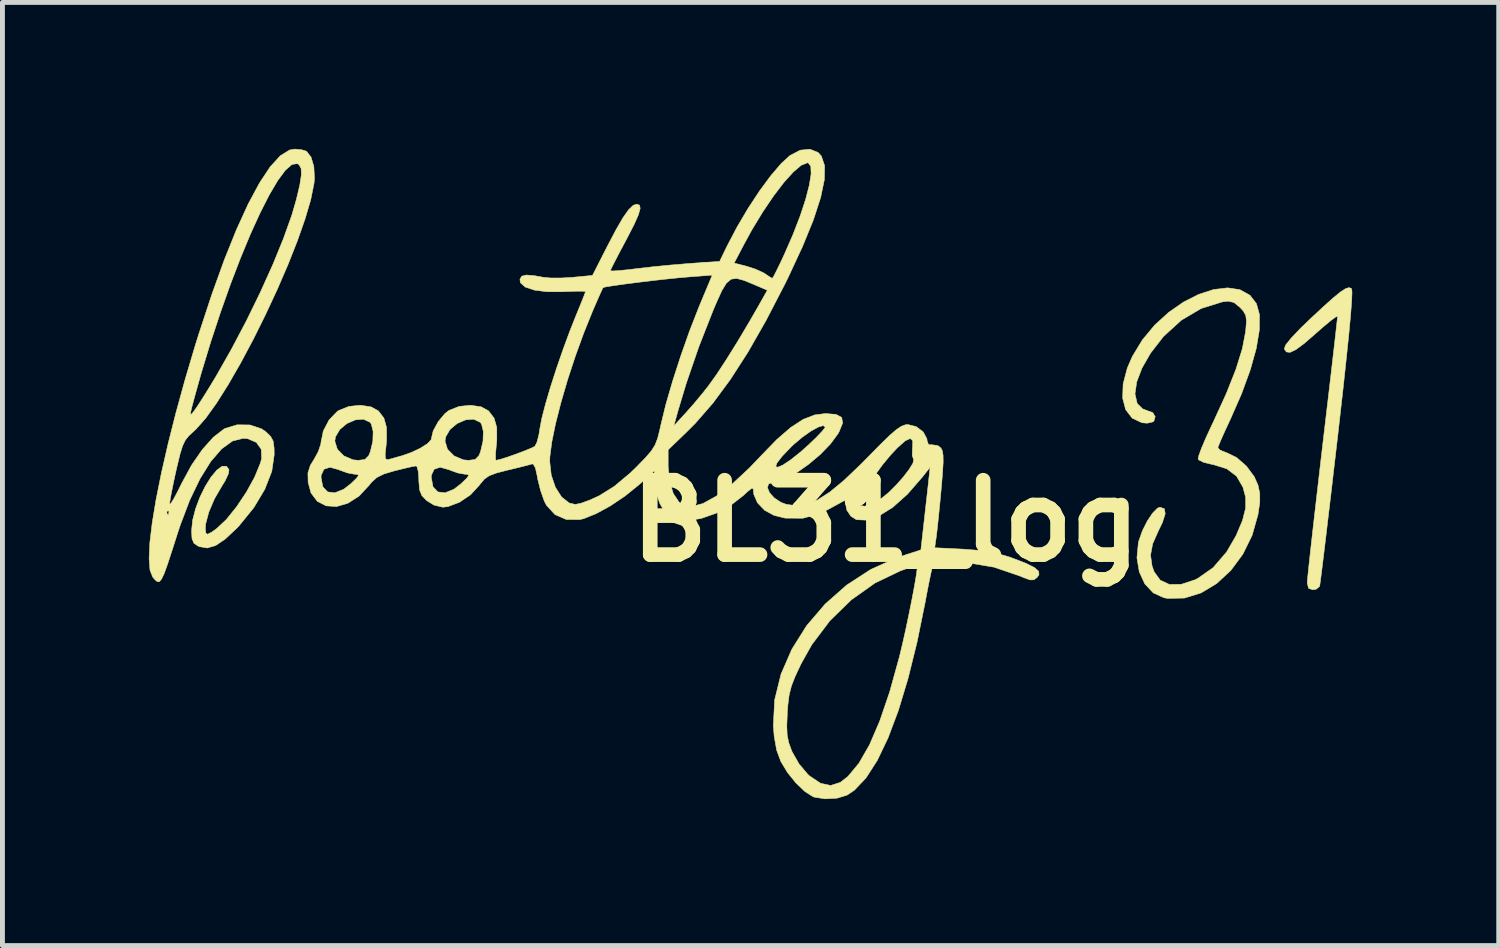
<source format=kicad_pcb>
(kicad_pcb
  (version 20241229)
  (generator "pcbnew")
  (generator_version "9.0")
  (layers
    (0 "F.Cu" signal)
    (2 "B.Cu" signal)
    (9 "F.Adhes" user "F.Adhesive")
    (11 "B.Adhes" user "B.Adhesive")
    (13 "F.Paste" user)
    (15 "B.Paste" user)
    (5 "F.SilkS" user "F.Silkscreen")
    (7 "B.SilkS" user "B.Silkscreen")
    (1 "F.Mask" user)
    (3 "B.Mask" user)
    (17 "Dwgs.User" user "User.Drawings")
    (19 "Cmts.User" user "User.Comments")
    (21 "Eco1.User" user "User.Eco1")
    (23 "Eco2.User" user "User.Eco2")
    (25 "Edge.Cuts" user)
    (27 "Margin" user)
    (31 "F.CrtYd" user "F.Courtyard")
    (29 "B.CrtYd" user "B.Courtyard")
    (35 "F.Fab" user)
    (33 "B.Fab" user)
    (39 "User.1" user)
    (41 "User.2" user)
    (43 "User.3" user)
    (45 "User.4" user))
  (footprint "BL31_log"
    (layer "F.Cu")
    (at 15.099 7.624)
    (property "Reference" "BL31_log" (at 0 0 0) (layer "F.SilkS") (effects (font (size 1.524 1.524) (thickness 0.3))))
    (attr through_hole)
    (fp_poly (pts (xy 9.537 -4.765) (xy 9.545 -4.758) (xy 9.553 -4.688) (xy 9.546 -4.508) (xy 9.524 -4.218) (xy 9.487 -3.818) (xy 9.434 -3.308) (xy 9.367 -2.686) (xy 9.284 -1.953) (xy 9.257 -1.716) (xy 9.19 -1.146) (xy 9.128 -0.609) (xy 9.069 -0.116) (xy 9.017 0.322) (xy 8.972 0.696) (xy 8.935 0.995) (xy 8.908 1.207) (xy 8.892 1.323) (xy 8.888 1.341) (xy 8.82 1.398) (xy 8.751 1.411) (xy 8.662 1.38) (xy 8.636 1.27) (xy 8.636 1.266) (xy 8.642 1.182) (xy 8.661 0.997) (xy 8.69 0.724) (xy 8.729 0.374) (xy 8.776 -0.041) (xy 8.83 -0.509) (xy 8.889 -1.019) (xy 8.946 -1.509) (xy 9.009 -2.042) (xy 9.068 -2.541) (xy 9.121 -2.995) (xy 9.167 -3.392) (xy 9.205 -3.722) (xy 9.233 -3.973) (xy 9.251 -4.133) (xy 9.257 -4.192) (xy 9.218 -4.179) (xy 9.114 -4.102) (xy 8.961 -3.975) (xy 8.812 -3.844) (xy 8.575 -3.638) (xy 8.402 -3.51) (xy 8.283 -3.454) (xy 8.207 -3.464) (xy 8.165 -3.525) (xy 8.192 -3.603) (xy 8.306 -3.746) (xy 8.502 -3.952) (xy 8.681 -4.124) (xy 8.957 -4.382) (xy 9.164 -4.568) (xy 9.315 -4.691) (xy 9.419 -4.759) (xy 9.49 -4.781) (xy 9.537 -4.765)) (stroke (width 0.01) (type solid)) (fill yes) (layer "F.SilkS"))
    (fp_poly (pts (xy 7.255 -4.739) (xy 7.461 -4.625) (xy 7.595 -4.453) (xy 7.657 -4.226) (xy 7.655 -3.917) (xy 7.592 -3.538) (xy 7.469 -3.097) (xy 7.29 -2.606) (xy 7.056 -2.074) (xy 7.049 -2.06) (xy 6.947 -1.84) (xy 6.865 -1.656) (xy 6.815 -1.534) (xy 6.805 -1.499) (xy 6.851 -1.451) (xy 6.968 -1.404) (xy 6.985 -1.399) (xy 7.189 -1.299) (xy 7.389 -1.124) (xy 7.55 -0.907) (xy 7.627 -0.733) (xy 7.663 -0.563) (xy 7.663 -0.379) (xy 7.627 -0.134) (xy 7.627 -0.132) (xy 7.506 0.295) (xy 7.316 0.681) (xy 7.07 1.014) (xy 6.78 1.282) (xy 6.459 1.475) (xy 6.12 1.58) (xy 5.777 1.587) (xy 5.701 1.574) (xy 5.481 1.474) (xy 5.308 1.29) (xy 5.194 1.043) (xy 5.146 0.756) (xy 5.175 0.45) (xy 5.185 0.409) (xy 5.257 0.203) (xy 5.357 0.004) (xy 5.466 -0.16) (xy 5.567 -0.262) (xy 5.619 -0.282) (xy 5.709 -0.249) (xy 5.725 -0.145) (xy 5.667 0.035) (xy 5.59 0.193) (xy 5.468 0.469) (xy 5.425 0.7) (xy 5.456 0.922) (xy 5.498 1.041) (xy 5.624 1.214) (xy 5.812 1.301) (xy 6.053 1.298) (xy 6.335 1.206) (xy 6.39 1.179) (xy 6.708 0.956) (xy 6.984 0.635) (xy 7.177 0.302) (xy 7.309 -0.01) (xy 7.373 -0.263) (xy 7.373 -0.486) (xy 7.317 -0.694) (xy 7.187 -0.917) (xy 6.989 -1.068) (xy 6.707 -1.156) (xy 6.665 -1.163) (xy 6.512 -1.201) (xy 6.414 -1.25) (xy 6.4 -1.267) (xy 6.414 -1.34) (xy 6.47 -1.493) (xy 6.561 -1.706) (xy 6.677 -1.958) (xy 6.714 -2.035) (xy 6.978 -2.612) (xy 7.175 -3.109) (xy 7.306 -3.531) (xy 7.374 -3.887) (xy 7.375 -3.904) (xy 7.39 -4.093) (xy 7.376 -4.212) (xy 7.324 -4.303) (xy 7.258 -4.375) (xy 7.135 -4.476) (xy 7.015 -4.503) (xy 6.897 -4.489) (xy 6.464 -4.354) (xy 6.058 -4.115) (xy 5.69 -3.78) (xy 5.426 -3.44) (xy 5.249 -3.132) (xy 5.141 -2.847) (xy 5.106 -2.603) (xy 5.149 -2.416) (xy 5.16 -2.398) (xy 5.263 -2.296) (xy 5.365 -2.258) (xy 5.47 -2.22) (xy 5.52 -2.137) (xy 5.495 -2.049) (xy 5.47 -2.029) (xy 5.357 -2.003) (xy 5.25 -2.012) (xy 5.048 -2.107) (xy 4.915 -2.281) (xy 4.853 -2.518) (xy 4.863 -2.806) (xy 4.948 -3.131) (xy 5.051 -3.369) (xy 5.257 -3.709) (xy 5.509 -4.012) (xy 5.795 -4.273) (xy 6.1 -4.485) (xy 6.412 -4.643) (xy 6.717 -4.742) (xy 7.003 -4.776) (xy 7.255 -4.739)) (stroke (width 0.01) (type solid)) (fill yes) (layer "F.SilkS"))
    (fp_poly (pts (xy -11.968 -7.606) (xy -11.871 -7.576) (xy -11.776 -7.456) (xy -11.718 -7.259) (xy -11.706 -7.017) (xy -11.715 -6.916) (xy -11.781 -6.587) (xy -11.898 -6.189) (xy -12.056 -5.739) (xy -12.249 -5.251) (xy -12.469 -4.742) (xy -12.709 -4.227) (xy -12.96 -3.721) (xy -13.216 -3.24) (xy -13.469 -2.8) (xy -13.711 -2.416) (xy -13.935 -2.104) (xy -14.133 -1.88) (xy -14.178 -1.839) (xy -14.279 -1.746) (xy -14.352 -1.655) (xy -14.408 -1.539) (xy -14.46 -1.372) (xy -14.519 -1.128) (xy -14.539 -1.042) (xy -14.595 -0.787) (xy -14.639 -0.567) (xy -14.667 -0.409) (xy -14.674 -0.345) (xy -14.652 -0.354) (xy -14.592 -0.448) (xy -14.505 -0.611) (xy -14.426 -0.771) (xy -14.226 -1.14) (xy -14.005 -1.461) (xy -13.778 -1.715) (xy -13.561 -1.883) (xy -13.538 -1.895) (xy -13.292 -1.97) (xy -13.028 -1.967) (xy -12.791 -1.888) (xy -12.704 -1.829) (xy -12.605 -1.734) (xy -12.552 -1.636) (xy -12.533 -1.494) (xy -12.531 -1.355) (xy -12.58 -1.017) (xy -12.723 -0.65) (xy -12.948 -0.273) (xy -13.248 0.096) (xy -13.294 0.145) (xy -13.533 0.37) (xy -13.731 0.504) (xy -13.904 0.554) (xy -14.065 0.526) (xy -14.087 0.516) (xy -14.175 0.458) (xy -14.215 0.362) (xy -14.224 0.201) (xy -14.202 -0.018) (xy -14.141 -0.253) (xy -14.052 -0.489) (xy -13.944 -0.709) (xy -13.826 -0.898) (xy -13.708 -1.04) (xy -13.6 -1.12) (xy -13.51 -1.122) (xy -13.457 -1.052) (xy -13.47 -0.965) (xy -13.535 -0.825) (xy -13.601 -0.718) (xy -13.754 -0.455) (xy -13.87 -0.184) (xy -13.934 0.056) (xy -13.942 0.148) (xy -13.934 0.247) (xy -13.896 0.273) (xy -13.807 0.226) (xy -13.711 0.157) (xy -13.512 -0.029) (xy -13.302 -0.289) (xy -13.101 -0.59) (xy -12.932 -0.897) (xy -12.816 -1.179) (xy -12.788 -1.28) (xy -12.796 -1.468) (xy -12.896 -1.609) (xy -13.072 -1.685) (xy -13.167 -1.693) (xy -13.385 -1.638) (xy -13.608 -1.477) (xy -13.831 -1.218) (xy -14.05 -0.866) (xy -14.26 -0.43) (xy -14.456 0.086) (xy -14.509 0.246) (xy -14.627 0.615) (xy -14.717 0.889) (xy -14.785 1.077) (xy -14.839 1.191) (xy -14.883 1.243) (xy -14.926 1.244) (xy -14.972 1.206) (xy -15.021 1.148) (xy -15.076 1.008) (xy -15.094 0.77) (xy -15.079 0.443) (xy -15.03 0.036) (xy -14.996 -0.169) (xy -14.732 -0.169) (xy -14.711 -0.123) (xy -14.694 -0.132) (xy -14.688 -0.199) (xy -14.694 -0.207) (xy -14.728 -0.199) (xy -14.732 -0.169) (xy -14.996 -0.169) (xy -14.951 -0.442) (xy -14.842 -0.983) (xy -14.706 -1.577) (xy -14.545 -2.214) (xy -14.246 -2.214) (xy -14.243 -2.178) (xy -14.21 -2.206) (xy -14.169 -2.258) (xy -14.096 -2.363) (xy -13.983 -2.539) (xy -13.845 -2.761) (xy -13.723 -2.963) (xy -13.409 -3.516) (xy -13.104 -4.094) (xy -12.819 -4.677) (xy -12.562 -5.246) (xy -12.344 -5.779) (xy -12.173 -6.256) (xy -12.078 -6.581) (xy -12.007 -6.879) (xy -11.975 -7.087) (xy -11.979 -7.221) (xy -12.02 -7.297) (xy -12.06 -7.321) (xy -12.168 -7.304) (xy -12.302 -7.186) (xy -12.457 -6.977) (xy -12.63 -6.684) (xy -12.817 -6.317) (xy -13.015 -5.884) (xy -13.219 -5.392) (xy -13.426 -4.853) (xy -13.632 -4.272) (xy -13.834 -3.66) (xy -14.027 -3.025) (xy -14.163 -2.54) (xy -14.219 -2.33) (xy -14.246 -2.214) (xy -14.545 -2.214) (xy -14.544 -2.217) (xy -14.358 -2.893) (xy -14.149 -3.596) (xy -14.073 -3.838) (xy -13.81 -4.638) (xy -13.553 -5.35) (xy -13.303 -5.971) (xy -13.062 -6.498) (xy -12.831 -6.927) (xy -12.613 -7.256) (xy -12.408 -7.481) (xy -12.218 -7.6) (xy -12.114 -7.619) (xy -11.968 -7.606)) (stroke (width 0.01) (type solid)) (fill yes) (layer "F.SilkS"))
    (fp_poly (pts (xy -1.388 -7.551) (xy -1.32 -7.477) (xy -1.253 -7.278) (xy -1.258 -6.994) (xy -1.335 -6.625) (xy -1.483 -6.169) (xy -1.704 -5.627) (xy -1.996 -4.999) (xy -2.062 -4.864) (xy -2.451 -4.112) (xy -2.823 -3.46) (xy -3.185 -2.898) (xy -3.542 -2.414) (xy -3.904 -1.999) (xy -4.087 -1.816) (xy -4.459 -1.458) (xy -4.459 -1.119) (xy -4.431 -0.815) (xy -4.354 -0.563) (xy -4.235 -0.385) (xy -4.163 -0.331) (xy -3.98 -0.296) (xy -3.747 -0.357) (xy -3.468 -0.511) (xy -3.149 -0.755) (xy -2.794 -1.086) (xy -2.766 -1.115) (xy -2.256 -1.115) (xy -2.213 -1.101) (xy -2.108 -1.146) (xy -1.949 -1.252) (xy -1.744 -1.415) (xy -1.584 -1.558) (xy -1.426 -1.709) (xy -1.307 -1.834) (xy -1.246 -1.911) (xy -1.242 -1.922) (xy -1.281 -1.954) (xy -1.385 -1.923) (xy -1.534 -1.841) (xy -1.707 -1.719) (xy -1.885 -1.569) (xy -1.931 -1.526) (xy -2.122 -1.327) (xy -2.228 -1.19) (xy -2.256 -1.115) (xy -2.766 -1.115) (xy -2.561 -1.33) (xy -2.233 -1.668) (xy -1.948 -1.915) (xy -1.693 -2.081) (xy -1.455 -2.173) (xy -1.235 -2.201) (xy -1.018 -2.183) (xy -0.903 -2.121) (xy -0.884 -2.006) (xy -0.956 -1.829) (xy -0.981 -1.784) (xy -1.133 -1.578) (xy -1.34 -1.364) (xy -1.581 -1.161) (xy -1.829 -0.986) (xy -2.062 -0.858) (xy -2.256 -0.794) (xy -2.3 -0.791) (xy -2.401 -0.76) (xy -2.424 -0.682) (xy -2.382 -0.579) (xy -2.285 -0.472) (xy -2.147 -0.381) (xy -2.041 -0.341) (xy -1.834 -0.311) (xy -1.624 -0.339) (xy -1.399 -0.43) (xy -1.147 -0.592) (xy -0.858 -0.83) (xy -0.521 -1.151) (xy -0.353 -1.321) (xy -0.105 -1.573) (xy 0.08 -1.753) (xy 0.217 -1.871) (xy 0.32 -1.94) (xy 0.403 -1.971) (xy 0.451 -1.976) (xy 0.623 -1.933) (xy 0.766 -1.826) (xy 0.842 -1.685) (xy 0.847 -1.642) (xy 0.877 -1.562) (xy 0.949 -1.561) (xy 1.066 -1.544) (xy 1.128 -1.497) (xy 1.158 -1.44) (xy 1.174 -1.348) (xy 1.176 -1.202) (xy 1.163 -0.981) (xy 1.137 -0.669) (xy 1.136 -0.66) (xy 1.108 -0.359) (xy 1.08 -0.076) (xy 1.055 0.156) (xy 1.037 0.309) (xy 1.036 0.317) (xy 1.003 0.549) (xy 1.588 0.578) (xy 1.948 0.606) (xy 2.244 0.655) (xy 2.523 0.735) (xy 2.596 0.761) (xy 2.871 0.867) (xy 3.047 0.955) (xy 3.133 1.031) (xy 3.139 1.103) (xy 3.099 1.159) (xy 3.035 1.206) (xy 2.958 1.208) (xy 2.83 1.163) (xy 2.759 1.132) (xy 2.218 0.947) (xy 1.653 0.852) (xy 1.42 0.841) (xy 1.215 0.843) (xy 1.058 0.852) (xy 0.98 0.865) (xy 0.977 0.866) (xy 0.957 0.929) (xy 0.922 1.082) (xy 0.876 1.304) (xy 0.824 1.573) (xy 0.811 1.647) (xy 0.641 2.482) (xy 0.456 3.229) (xy 0.258 3.884) (xy 0.047 4.445) (xy -0.174 4.906) (xy -0.404 5.264) (xy -0.642 5.516) (xy -0.796 5.619) (xy -0.998 5.68) (xy -1.241 5.694) (xy -1.462 5.66) (xy -1.496 5.647) (xy -1.659 5.542) (xy -1.842 5.367) (xy -2.014 5.154) (xy -2.146 4.936) (xy -2.149 4.931) (xy -2.236 4.696) (xy -2.287 4.409) (xy -2.303 4.202) (xy -2.028 4.202) (xy -2.02 4.389) (xy -1.988 4.545) (xy -1.928 4.709) (xy -1.918 4.731) (xy -1.777 4.979) (xy -1.595 5.194) (xy -1.562 5.224) (xy -1.336 5.375) (xy -1.131 5.42) (xy -0.932 5.357) (xy -0.775 5.235) (xy -0.55 4.964) (xy -0.333 4.586) (xy -0.124 4.1) (xy 0.079 3.505) (xy 0.275 2.799) (xy 0.282 2.773) (xy 0.344 2.514) (xy 0.409 2.223) (xy 0.473 1.919) (xy 0.533 1.622) (xy 0.584 1.352) (xy 0.622 1.13) (xy 0.644 0.974) (xy 0.646 0.905) (xy 0.644 0.903) (xy 0.585 0.921) (xy 0.452 0.968) (xy 0.298 1.023) (xy -0.221 1.272) (xy -0.707 1.617) (xy -1.144 2.043) (xy -1.515 2.534) (xy -1.734 2.924) (xy -1.856 3.183) (xy -1.934 3.383) (xy -1.98 3.566) (xy -2.006 3.771) (xy -2.018 3.942) (xy -2.028 4.202) (xy -2.303 4.202) (xy -2.304 4.195) (xy -2.277 3.666) (xy -2.147 3.14) (xy -1.925 2.629) (xy -1.621 2.145) (xy -1.243 1.703) (xy -0.803 1.315) (xy -0.309 0.994) (xy 0.227 0.753) (xy 0.317 0.723) (xy 0.719 0.593) (xy 0.786 0) (xy 0.817 -0.279) (xy 0.847 -0.544) (xy 0.871 -0.759) (xy 0.88 -0.847) (xy 0.908 -1.101) (xy 0.753 -0.903) (xy 0.445 -0.549) (xy 0.144 -0.28) (xy -0.142 -0.101) (xy -0.404 -0.017) (xy -0.602 -0.026) (xy -0.716 -0.098) (xy -0.799 -0.223) (xy -0.817 -0.318) (xy -0.525 -0.318) (xy -0.435 -0.302) (xy -0.284 -0.351) (xy -0.098 -0.458) (xy -0.078 -0.471) (xy 0.062 -0.585) (xy 0.214 -0.736) (xy 0.359 -0.9) (xy 0.479 -1.057) (xy 0.556 -1.182) (xy 0.572 -1.255) (xy 0.569 -1.259) (xy 0.542 -1.346) (xy 0.546 -1.487) (xy 0.548 -1.502) (xy 0.552 -1.644) (xy 0.503 -1.69) (xy 0.398 -1.642) (xy 0.237 -1.498) (xy 0.09 -1.341) (xy -0.073 -1.143) (xy -0.228 -0.928) (xy -0.364 -0.717) (xy -0.467 -0.531) (xy -0.525 -0.391) (xy -0.525 -0.318) (xy -0.817 -0.318) (xy -0.825 -0.355) (xy -0.807 -0.414) (xy -0.82 -0.43) (xy -0.902 -0.39) (xy -0.934 -0.37) (xy -1.324 -0.159) (xy -1.696 -0.056) (xy -2.06 -0.058) (xy -2.289 -0.114) (xy -2.482 -0.218) (xy -2.63 -0.374) (xy -2.705 -0.547) (xy -2.709 -0.593) (xy -2.716 -0.66) (xy -2.749 -0.667) (xy -2.828 -0.605) (xy -2.92 -0.52) (xy -3.18 -0.318) (xy -3.475 -0.159) (xy -3.779 -0.052) (xy -4.065 -0.004) (xy -4.31 -0.023) (xy -4.411 -0.061) (xy -4.524 -0.17) (xy -4.627 -0.354) (xy -4.705 -0.572) (xy -4.74 -0.787) (xy -4.74 -0.809) (xy -4.741 -1.025) (xy -5.066 -0.734) (xy -5.345 -0.509) (xy -5.644 -0.308) (xy -5.936 -0.149) (xy -6.19 -0.047) (xy -6.27 -0.028) (xy -6.543 -0.029) (xy -6.777 -0.13) (xy -6.953 -0.322) (xy -6.997 -0.407) (xy -7.073 -0.623) (xy -7.132 -0.861) (xy -7.142 -0.921) (xy -7.179 -1.087) (xy -7.225 -1.166) (xy -7.246 -1.168) (xy -7.328 -1.145) (xy -7.489 -1.104) (xy -7.697 -1.053) (xy -7.746 -1.042) (xy -7.975 -0.983) (xy -8.123 -0.928) (xy -8.224 -0.858) (xy -8.309 -0.757) (xy -8.326 -0.734) (xy -8.507 -0.537) (xy -8.735 -0.383) (xy -8.97 -0.294) (xy -9.078 -0.282) (xy -9.257 -0.325) (xy -9.408 -0.418) (xy -9.506 -0.521) (xy -9.553 -0.638) (xy -9.567 -0.815) (xy -9.567 -0.841) (xy -9.57 -0.892) (xy -9.313 -0.892) (xy -9.277 -0.701) (xy -9.177 -0.595) (xy -9.029 -0.577) (xy -8.848 -0.65) (xy -8.706 -0.76) (xy -8.586 -0.875) (xy -8.544 -0.934) (xy -8.571 -0.955) (xy -8.627 -0.958) (xy -8.768 -0.983) (xy -8.935 -1.043) (xy -8.952 -1.051) (xy -9.131 -1.1) (xy -9.254 -1.059) (xy -9.311 -0.934) (xy -9.313 -0.892) (xy -9.57 -0.892) (xy -9.577 -1.004) (xy -9.603 -1.107) (xy -9.624 -1.127) (xy -9.704 -1.114) (xy -9.859 -1.078) (xy -10.057 -1.029) (xy -10.059 -1.029) (xy -10.282 -0.963) (xy -10.429 -0.89) (xy -10.538 -0.791) (xy -10.583 -0.734) (xy -10.795 -0.507) (xy -11.025 -0.361) (xy -11.255 -0.295) (xy -11.468 -0.31) (xy -11.648 -0.403) (xy -11.777 -0.574) (xy -11.836 -0.792) (xy -11.838 -0.892) (xy -11.571 -0.892) (xy -11.535 -0.701) (xy -11.435 -0.595) (xy -11.287 -0.577) (xy -11.106 -0.65) (xy -10.964 -0.76) (xy -10.844 -0.875) (xy -10.802 -0.934) (xy -10.829 -0.955) (xy -10.885 -0.958) (xy -11.026 -0.983) (xy -11.193 -1.043) (xy -11.21 -1.051) (xy -11.388 -1.1) (xy -11.512 -1.059) (xy -11.569 -0.934) (xy -11.571 -0.892) (xy -11.838 -0.892) (xy -11.84 -0.984) (xy -11.79 -1.14) (xy -11.74 -1.221) (xy -6.886 -1.221) (xy -6.854 -0.939) (xy -6.769 -0.689) (xy -6.642 -0.491) (xy -6.487 -0.368) (xy -6.362 -0.339) (xy -6.244 -0.363) (xy -6.066 -0.428) (xy -5.872 -0.516) (xy -5.563 -0.709) (xy -5.233 -0.985) (xy -5.112 -1.102) (xy -4.928 -1.291) (xy -4.805 -1.433) (xy -4.727 -1.557) (xy -4.673 -1.697) (xy -4.627 -1.883) (xy -4.613 -1.947) (xy -4.343 -1.947) (xy -4.105 -2.206) (xy -3.935 -2.398) (xy -3.748 -2.623) (xy -3.632 -2.77) (xy -3.466 -3.002) (xy -3.262 -3.314) (xy -3.031 -3.685) (xy -2.787 -4.095) (xy -2.606 -4.41) (xy -2.427 -4.727) (xy -2.706 -4.847) (xy -2.906 -4.929) (xy -3.055 -4.969) (xy -3.168 -4.954) (xy -3.264 -4.874) (xy -3.359 -4.718) (xy -3.47 -4.474) (xy -3.542 -4.304) (xy -3.828 -3.575) (xy -4.088 -2.82) (xy -4.257 -2.258) (xy -4.343 -1.947) (xy -4.613 -1.947) (xy -4.607 -1.974) (xy -4.506 -2.388) (xy -4.366 -2.87) (xy -4.2 -3.383) (xy -4.02 -3.893) (xy -3.836 -4.365) (xy -3.812 -4.424) (xy -3.555 -5.037) (xy -4.049 -4.999) (xy -4.265 -4.98) (xy -4.526 -4.953) (xy -4.811 -4.921) (xy -5.096 -4.886) (xy -5.36 -4.852) (xy -5.579 -4.821) (xy -5.731 -4.797) (xy -5.793 -4.781) (xy -5.82 -4.726) (xy -5.88 -4.592) (xy -5.963 -4.402) (xy -6.006 -4.302) (xy -6.189 -3.849) (xy -6.362 -3.372) (xy -6.52 -2.891) (xy -6.656 -2.425) (xy -6.766 -1.994) (xy -6.843 -1.619) (xy -6.882 -1.319) (xy -6.886 -1.221) (xy -11.74 -1.221) (xy -11.717 -1.258) (xy -11.627 -1.422) (xy -11.576 -1.575) (xy -11.571 -1.617) (xy -11.567 -1.636) (xy -11.289 -1.636) (xy -11.237 -1.469) (xy -11.103 -1.333) (xy -10.915 -1.253) (xy -10.807 -1.242) (xy -10.671 -1.26) (xy -10.595 -1.337) (xy -10.561 -1.42) (xy -10.51 -1.634) (xy -10.504 -1.835) (xy -10.541 -1.985) (xy -10.566 -2.021) (xy -10.701 -2.085) (xy -10.869 -2.071) (xy -11.041 -1.996) (xy -11.186 -1.875) (xy -11.275 -1.724) (xy -11.289 -1.636) (xy -11.567 -1.636) (xy -11.525 -1.844) (xy -11.406 -2.07) (xy -11.241 -2.242) (xy -11.209 -2.264) (xy -10.999 -2.347) (xy -10.765 -2.371) (xy -10.547 -2.338) (xy -10.397 -2.256) (xy -10.283 -2.108) (xy -10.229 -1.915) (xy -10.228 -1.654) (xy -10.238 -1.544) (xy -10.257 -1.368) (xy -10.253 -1.28) (xy -10.218 -1.255) (xy -10.147 -1.27) (xy -9.991 -1.315) (xy -9.906 -1.338) (xy -9.717 -1.405) (xy -9.535 -1.492) (xy -9.393 -1.582) (xy -9.341 -1.636) (xy -9.031 -1.636) (xy -8.98 -1.469) (xy -8.845 -1.333) (xy -8.657 -1.253) (xy -8.549 -1.242) (xy -8.413 -1.26) (xy -8.337 -1.337) (xy -8.303 -1.42) (xy -8.253 -1.634) (xy -8.246 -1.835) (xy -8.283 -1.985) (xy -8.309 -2.021) (xy -8.443 -2.085) (xy -8.611 -2.071) (xy -8.783 -1.996) (xy -8.928 -1.875) (xy -9.017 -1.724) (xy -9.031 -1.636) (xy -9.341 -1.636) (xy -9.318 -1.659) (xy -9.313 -1.677) (xy -9.273 -1.846) (xy -9.17 -2.035) (xy -9.034 -2.199) (xy -8.951 -2.264) (xy -8.742 -2.347) (xy -8.507 -2.371) (xy -8.289 -2.338) (xy -8.139 -2.256) (xy -8.025 -2.106) (xy -7.97 -1.912) (xy -7.97 -1.648) (xy -7.98 -1.548) (xy -7.995 -1.38) (xy -7.995 -1.269) (xy -7.986 -1.242) (xy -7.901 -1.261) (xy -7.749 -1.309) (xy -7.565 -1.374) (xy -7.385 -1.442) (xy -7.247 -1.5) (xy -7.189 -1.531) (xy -7.147 -1.613) (xy -7.107 -1.768) (xy -7.085 -1.907) (xy -7.046 -2.11) (xy -6.972 -2.396) (xy -6.871 -2.739) (xy -6.749 -3.118) (xy -6.614 -3.509) (xy -6.474 -3.889) (xy -6.352 -4.196) (xy -6.265 -4.409) (xy -6.197 -4.578) (xy -6.158 -4.681) (xy -6.152 -4.7) (xy -6.204 -4.707) (xy -6.343 -4.707) (xy -6.541 -4.7) (xy -6.619 -4.697) (xy -6.939 -4.696) (xy -7.2 -4.73) (xy -7.387 -4.792) (xy -7.486 -4.88) (xy -7.496 -4.952) (xy -7.459 -5.015) (xy -7.368 -5.039) (xy -7.203 -5.026) (xy -7.012 -4.992) (xy -6.862 -4.978) (xy -6.647 -4.978) (xy -6.419 -4.992) (xy -6.009 -5.031) (xy -5.713 -5.613) (xy -5.531 -5.96) (xy -5.386 -6.211) (xy -5.269 -6.377) (xy -5.175 -6.467) (xy -5.104 -6.491) (xy -5.045 -6.471) (xy -5.032 -6.404) (xy -5.067 -6.277) (xy -5.154 -6.08) (xy -5.297 -5.801) (xy -5.334 -5.732) (xy -5.456 -5.502) (xy -5.555 -5.311) (xy -5.622 -5.179) (xy -5.644 -5.126) (xy -5.593 -5.122) (xy -5.453 -5.131) (xy -5.249 -5.152) (xy -5.1 -5.17) (xy -4.783 -5.207) (xy -4.418 -5.243) (xy -4.071 -5.272) (xy -3.98 -5.279) (xy -3.91 -5.284) (xy -3.107 -5.284) (xy -2.856 -5.22) (xy -2.67 -5.16) (xy -2.51 -5.087) (xy -2.474 -5.065) (xy -2.373 -4.997) (xy -2.325 -4.97) (xy -2.295 -5.016) (xy -2.23 -5.144) (xy -2.14 -5.329) (xy -2.08 -5.459) (xy -1.903 -5.864) (xy -1.756 -6.244) (xy -1.643 -6.586) (xy -1.567 -6.879) (xy -1.53 -7.109) (xy -1.536 -7.265) (xy -1.588 -7.335) (xy -1.607 -7.338) (xy -1.731 -7.289) (xy -1.894 -7.151) (xy -2.087 -6.937) (xy -2.299 -6.66) (xy -2.521 -6.331) (xy -2.744 -5.964) (xy -2.901 -5.676) (xy -3.107 -5.284) (xy -3.91 -5.284) (xy -3.404 -5.318) (xy -3.25 -5.636) (xy -3.049 -6.019) (xy -2.825 -6.399) (xy -2.59 -6.757) (xy -2.358 -7.071) (xy -2.145 -7.321) (xy -1.963 -7.488) (xy -1.753 -7.597) (xy -1.554 -7.617) (xy -1.388 -7.551)) (stroke (width 0.01) (type solid)) (fill yes) (layer "F.SilkS")))
  (gr_rect
    (start -3 -3)
    (end 27.658 16.324)
    (stroke (width 0.1) (type default))
    (fill no)
    (layer "Edge.Cuts")))
</source>
